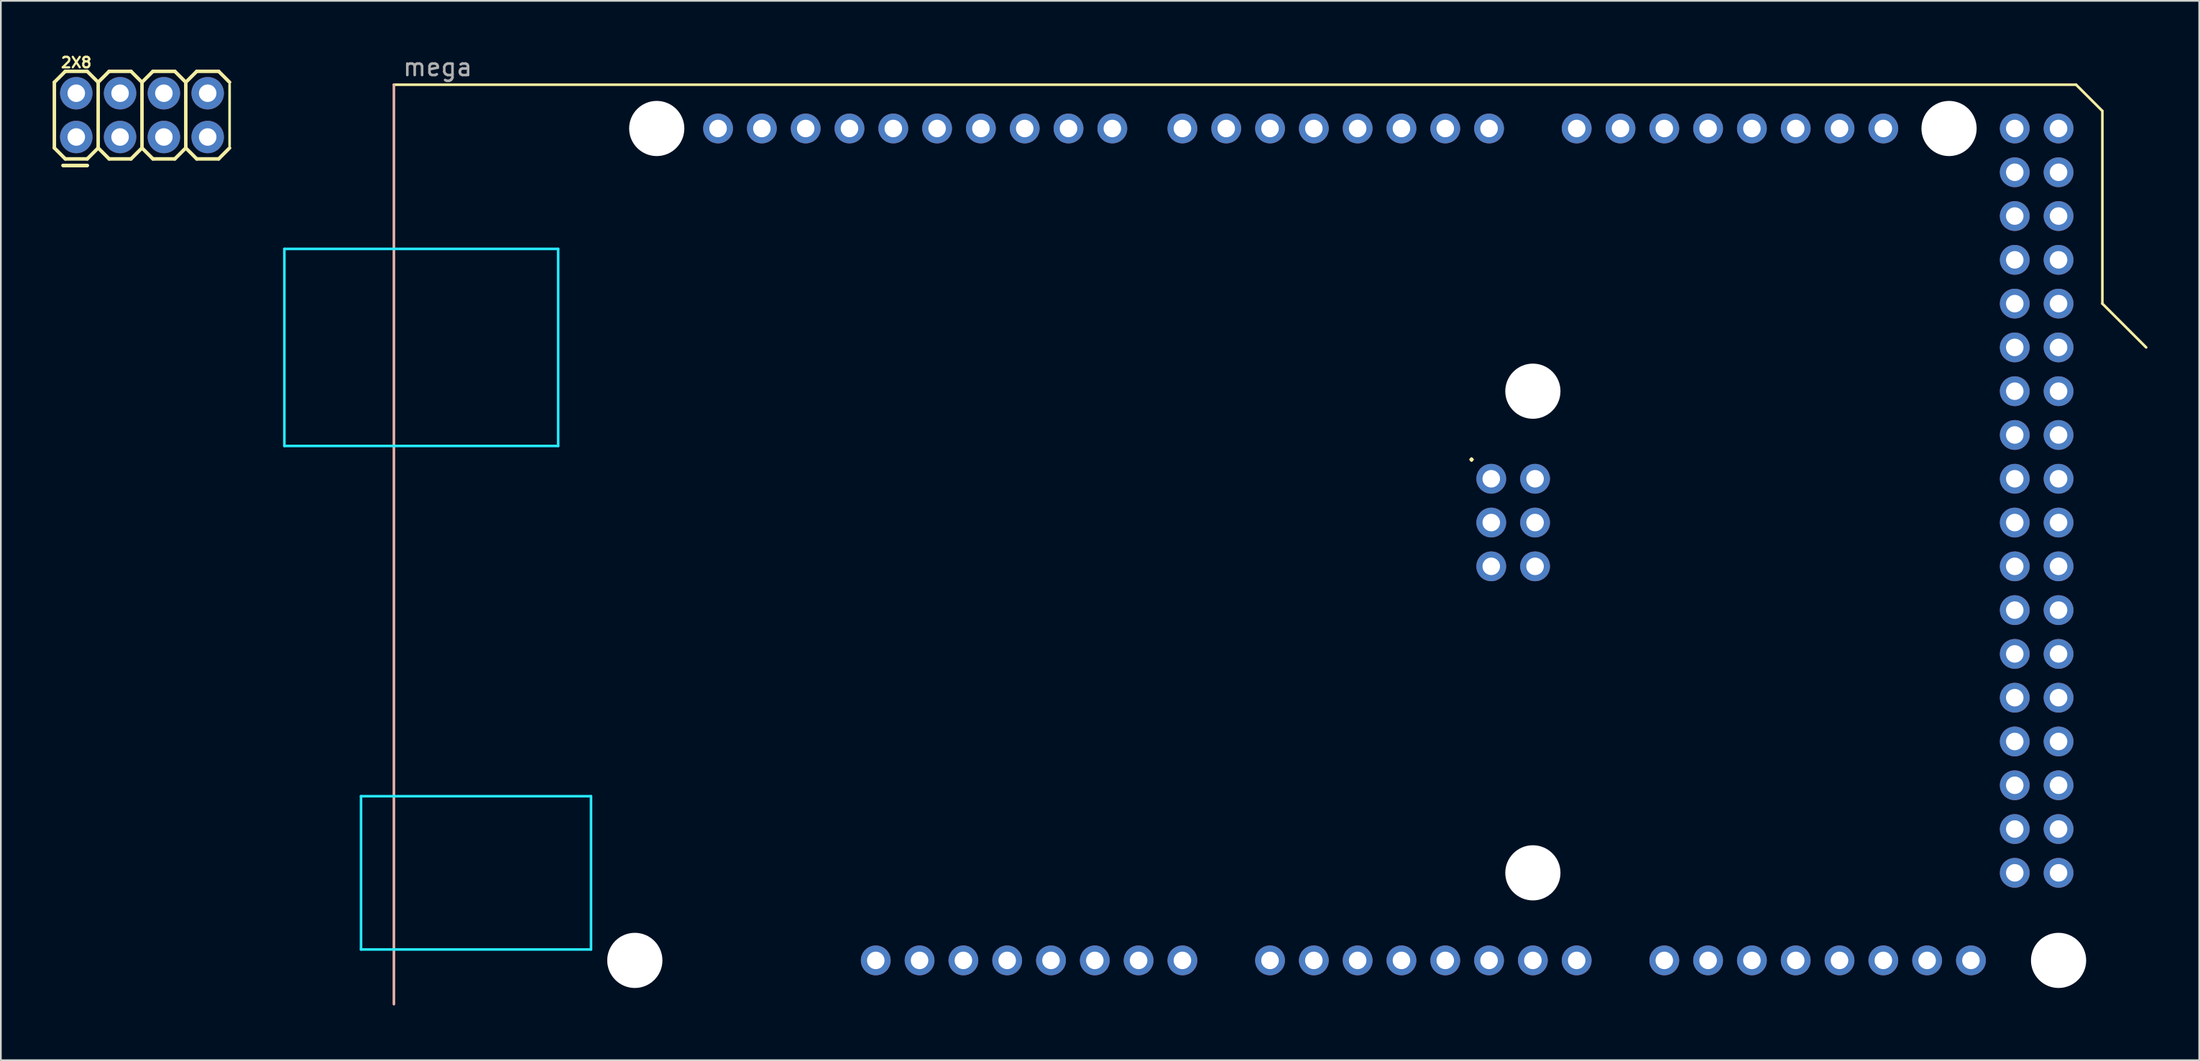
<source format=kicad_pcb>
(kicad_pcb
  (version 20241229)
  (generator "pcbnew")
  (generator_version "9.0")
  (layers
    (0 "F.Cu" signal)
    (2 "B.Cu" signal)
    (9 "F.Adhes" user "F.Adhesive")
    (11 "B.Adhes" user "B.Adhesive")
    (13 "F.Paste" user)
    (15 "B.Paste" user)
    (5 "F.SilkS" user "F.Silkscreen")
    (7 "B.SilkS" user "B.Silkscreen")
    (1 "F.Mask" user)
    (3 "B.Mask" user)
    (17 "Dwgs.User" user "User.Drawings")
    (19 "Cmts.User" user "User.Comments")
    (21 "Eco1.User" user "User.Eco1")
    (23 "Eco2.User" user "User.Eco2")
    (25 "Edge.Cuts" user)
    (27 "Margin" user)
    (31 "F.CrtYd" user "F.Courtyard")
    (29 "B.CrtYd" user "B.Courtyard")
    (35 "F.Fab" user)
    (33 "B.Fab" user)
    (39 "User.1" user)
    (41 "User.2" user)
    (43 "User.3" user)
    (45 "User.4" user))
  (footprint "2X8"
    (layer "F.Cu")
    (at 1.372 4.898)
    (property "Reference" "2X8" (at 0 -4.318 0) (layer "F.SilkS") (effects (font (size 0.61 0.61) (thickness 0.127))))
    (attr exclude_from_pos_files exclude_from_bom)
    (fp_line (start -1.27 -3.175) (end -0.635 -3.81) (stroke (width 0.203) (type solid)) (layer "F.SilkS"))
    (fp_line (start -1.27 0.635) (end -1.27 -3.175) (stroke (width 0.203) (type solid)) (layer "F.SilkS"))
    (fp_line (start -1.27 0.635) (end -0.635 1.27) (stroke (width 0.203) (type solid)) (layer "F.SilkS"))
    (fp_line (start -0.762 1.651) (end 0.635 1.651) (stroke (width 0.203) (type solid)) (layer "F.SilkS"))
    (fp_line (start -0.635 -3.81) (end 0.635 -3.81) (stroke (width 0.203) (type solid)) (layer "F.SilkS"))
    (fp_line (start -0.635 1.27) (end 0.635 1.27) (stroke (width 0.203) (type solid)) (layer "F.SilkS"))
    (fp_line (start 0.635 -3.81) (end 1.27 -3.175) (stroke (width 0.203) (type solid)) (layer "F.SilkS"))
    (fp_line (start 0.635 1.27) (end 1.27 0.635) (stroke (width 0.203) (type solid)) (layer "F.SilkS"))
    (fp_line (start 0.635 1.651) (end -0.762 1.651) (stroke (width 0.203) (type solid)) (layer "F.SilkS"))
    (fp_line (start 1.27 -3.175) (end 1.27 0.635) (stroke (width 0.203) (type solid)) (layer "F.SilkS"))
    (fp_line (start 1.27 -3.175) (end 1.905 -3.81) (stroke (width 0.203) (type solid)) (layer "F.SilkS"))
    (fp_line (start 1.27 0.635) (end 1.905 1.27) (stroke (width 0.203) (type solid)) (layer "F.SilkS"))
    (fp_line (start 1.905 -3.81) (end 3.175 -3.81) (stroke (width 0.203) (type solid)) (layer "F.SilkS"))
    (fp_line (start 1.905 1.27) (end 3.175 1.27) (stroke (width 0.203) (type solid)) (layer "F.SilkS"))
    (fp_line (start 3.175 -3.81) (end 3.81 -3.175) (stroke (width 0.203) (type solid)) (layer "F.SilkS"))
    (fp_line (start 3.175 1.27) (end 3.81 0.635) (stroke (width 0.203) (type solid)) (layer "F.SilkS"))
    (fp_line (start 3.81 -3.175) (end 3.81 0.635) (stroke (width 0.203) (type solid)) (layer "F.SilkS"))
    (fp_line (start 3.81 -3.175) (end 4.445 -3.81) (stroke (width 0.203) (type solid)) (layer "F.SilkS"))
    (fp_line (start 3.81 0.635) (end 4.445 1.27) (stroke (width 0.203) (type solid)) (layer "F.SilkS"))
    (fp_line (start 4.445 -3.81) (end 5.715 -3.81) (stroke (width 0.203) (type solid)) (layer "F.SilkS"))
    (fp_line (start 4.445 1.27) (end 5.715 1.27) (stroke (width 0.203) (type solid)) (layer "F.SilkS"))
    (fp_line (start 5.715 -3.81) (end 6.35 -3.175) (stroke (width 0.203) (type solid)) (layer "F.SilkS"))
    (fp_line (start 5.715 1.27) (end 6.35 0.635) (stroke (width 0.203) (type solid)) (layer "F.SilkS"))
    (fp_line (start 6.35 -3.175) (end 6.35 0.635) (stroke (width 0.203) (type solid)) (layer "F.SilkS"))
    (fp_line (start 6.35 -3.175) (end 6.985 -3.81) (stroke (width 0.203) (type solid)) (layer "F.SilkS"))
    (fp_line (start 6.35 0.635) (end 6.985 1.27) (stroke (width 0.203) (type solid)) (layer "F.SilkS"))
    (fp_line (start 6.985 -3.81) (end 8.255 -3.81) (stroke (width 0.203) (type solid)) (layer "F.SilkS"))
    (fp_line (start 6.985 1.27) (end 8.255 1.27) (stroke (width 0.203) (type solid)) (layer "F.SilkS"))
    (fp_line (start 8.255 -3.81) (end 8.89 -3.175) (stroke (width 0.203) (type solid)) (layer "F.SilkS"))
    (fp_line (start 8.255 1.27) (end 8.89 0.635) (stroke (width 0.203) (type solid)) (layer "F.SilkS"))
    (fp_line (start 8.89 -3.048) (end 8.89 0.508) (stroke (width 0.15) (type solid)) (layer "F.SilkS"))
    (pad "1" thru_hole circle (at 0 0) (size 1.88 1.88) (drill 1.016) (layers "*.Cu" "*.Mask"))
    (pad "2" thru_hole circle (at 0 -2.54) (size 1.88 1.88) (drill 1.016) (layers "*.Cu" "*.Mask"))
    (pad "3" thru_hole circle (at 2.54 0) (size 1.88 1.88) (drill 1.016) (layers "*.Cu" "*.Mask"))
    (pad "4" thru_hole circle (at 2.54 -2.54) (size 1.88 1.88) (drill 1.016) (layers "*.Cu" "*.Mask"))
    (pad "5" thru_hole circle (at 5.08 0) (size 1.88 1.88) (drill 1.016) (layers "*.Cu" "*.Mask"))
    (pad "6" thru_hole circle (at 5.08 -2.54) (size 1.88 1.88) (drill 1.016) (layers "*.Cu" "*.Mask"))
    (pad "7" thru_hole circle (at 7.62 0) (size 1.88 1.88) (drill 1.016) (layers "*.Cu" "*.Mask"))
    (pad "8" thru_hole circle (at 7.62 -2.54) (size 1.88 1.88) (drill 1.016) (layers "*.Cu" "*.Mask")))
  (footprint "mega"
    (layer "F.Cu")
    (at 19.788 55.204)
    (property "Reference" "mega" (at 2.54 -54.356 0) (layer "F.Fab") (effects (font (size 1 1) (thickness 0.15))))
    (attr through_hole)
    (fp_line (start 0 -53.34) (end 97.536 -53.34) (stroke (width 0.15) (type solid)) (layer "F.SilkS"))
    (fp_line (start 97.536 -53.34) (end 99.06 -51.816) (stroke (width 0.15) (type solid)) (layer "F.SilkS"))
    (fp_line (start 99.06 -40.64) (end 99.06 -51.816) (stroke (width 0.15) (type solid)) (layer "F.SilkS"))
    (fp_line (start 101.6 -38.1) (end 99.06 -40.64) (stroke (width 0.15) (type solid)) (layer "F.SilkS"))
    (fp_line (start 0 -53.34) (end 0 0) (stroke (width 0.15) (type solid)) (layer "B.SilkS"))
    (fp_line (start -6.35 -43.815) (end -6.35 -32.385) (stroke (width 0.15) (type solid)) (layer "B.CrtYd"))
    (fp_line (start -1.905 -12.065) (end -1.905 -3.175) (stroke (width 0.15) (type solid)) (layer "B.CrtYd"))
    (fp_line (start -1.905 -12.065) (end 11.43 -12.065) (stroke (width 0.15) (type solid)) (layer "B.CrtYd"))
    (fp_line (start -1.905 -3.175) (end 11.43 -3.175) (stroke (width 0.15) (type solid)) (layer "B.CrtYd"))
    (fp_line (start 9.525 -43.815) (end -6.35 -43.815) (stroke (width 0.15) (type solid)) (layer "B.CrtYd"))
    (fp_line (start 9.525 -43.815) (end 9.525 -32.385) (stroke (width 0.15) (type solid)) (layer "B.CrtYd"))
    (fp_line (start 9.525 -32.385) (end -6.35 -32.385) (stroke (width 0.15) (type solid)) (layer "B.CrtYd"))
    (fp_line (start 11.43 -12.065) (end 11.43 -3.175) (stroke (width 0.15) (type solid)) (layer "B.CrtYd"))
    (fp_text user "." (at 62.484 -32.004 0) (layer "F.SilkS") (effects (font (size 1 1) (thickness 0.15))))
    (pad "" np_thru_hole circle (at 13.97 -2.54) (size 3.2 3.2) (drill 3.2) (layers "*.Cu" "*.Mask"))
    (pad "" np_thru_hole circle (at 15.24 -50.8) (size 3.2 3.2) (drill 3.2) (layers "*.Cu" "*.Mask"))
    (pad "" thru_hole oval (at 27.94 -2.54) (size 1.727 1.727) (drill 1.016) (layers "*.Cu" "*.Mask"))
    (pad "" np_thru_hole circle (at 66.04 -35.56) (size 3.2 3.2) (drill 3.2) (layers "*.Cu" "*.Mask"))
    (pad "" np_thru_hole circle (at 66.04 -7.62) (size 3.2 3.2) (drill 3.2) (layers "*.Cu" "*.Mask"))
    (pad "" np_thru_hole circle (at 90.17 -50.8) (size 3.2 3.2) (drill 3.2) (layers "*.Cu" "*.Mask"))
    (pad "" np_thru_hole circle (at 96.52 -2.54) (size 3.2 3.2) (drill 3.2) (layers "*.Cu" "*.Mask"))
    (pad "3V3" thru_hole oval (at 35.56 -2.54) (size 1.727 1.727) (drill 1.016) (layers "*.Cu" "*.Mask"))
    (pad "5V1" thru_hole oval (at 38.1 -2.54) (size 1.727 1.727) (drill 1.016) (layers "*.Cu" "*.Mask"))
    (pad "5V2" thru_hole oval (at 66.167 -30.48) (size 1.727 1.727) (drill 1.016) (layers "*.Cu" "*.Mask"))
    (pad "5V3" thru_hole oval (at 93.98 -50.8) (size 1.727 1.727) (drill 1.016) (layers "*.Cu" "*.Mask"))
    (pad "5V4" thru_hole oval (at 96.52 -50.8) (size 1.727 1.727) (drill 1.016) (layers "*.Cu" "*.Mask"))
    (pad "A0" thru_hole oval (at 50.8 -2.54) (size 1.727 1.727) (drill 1.016) (layers "*.Cu" "*.Mask"))
    (pad "A1" thru_hole oval (at 53.34 -2.54) (size 1.727 1.727) (drill 1.016) (layers "*.Cu" "*.Mask"))
    (pad "A2" thru_hole oval (at 55.88 -2.54) (size 1.727 1.727) (drill 1.016) (layers "*.Cu" "*.Mask"))
    (pad "A3" thru_hole oval (at 58.42 -2.54) (size 1.727 1.727) (drill 1.016) (layers "*.Cu" "*.Mask"))
    (pad "A4" thru_hole oval (at 60.96 -2.54) (size 1.727 1.727) (drill 1.016) (layers "*.Cu" "*.Mask"))
    (pad "A5" thru_hole oval (at 63.5 -2.54) (size 1.727 1.727) (drill 1.016) (layers "*.Cu" "*.Mask"))
    (pad "A6" thru_hole oval (at 66.04 -2.54) (size 1.727 1.727) (drill 1.016) (layers "*.Cu" "*.Mask"))
    (pad "A7" thru_hole oval (at 68.58 -2.54) (size 1.727 1.727) (drill 1.016) (layers "*.Cu" "*.Mask"))
    (pad "A8" thru_hole oval (at 73.66 -2.54) (size 1.727 1.727) (drill 1.016) (layers "*.Cu" "*.Mask"))
    (pad "A9" thru_hole oval (at 76.2 -2.54) (size 1.727 1.727) (drill 1.016) (layers "*.Cu" "*.Mask"))
    (pad "A10" thru_hole oval (at 78.74 -2.54) (size 1.727 1.727) (drill 1.016) (layers "*.Cu" "*.Mask"))
    (pad "A11" thru_hole oval (at 81.28 -2.54) (size 1.727 1.727) (drill 1.016) (layers "*.Cu" "*.Mask"))
    (pad "A12" thru_hole oval (at 83.82 -2.54) (size 1.727 1.727) (drill 1.016) (layers "*.Cu" "*.Mask"))
    (pad "A13" thru_hole oval (at 86.36 -2.54) (size 1.727 1.727) (drill 1.016) (layers "*.Cu" "*.Mask"))
    (pad "A14" thru_hole oval (at 88.9 -2.54) (size 1.727 1.727) (drill 1.016) (layers "*.Cu" "*.Mask"))
    (pad "A15" thru_hole oval (at 91.44 -2.54) (size 1.727 1.727) (drill 1.016) (layers "*.Cu" "*.Mask"))
    (pad "AREF" thru_hole oval (at 23.876 -50.8) (size 1.727 1.727) (drill 1.016) (layers "*.Cu" "*.Mask"))
    (pad "D0" thru_hole oval (at 63.5 -50.8) (size 1.727 1.727) (drill 1.016) (layers "*.Cu" "*.Mask"))
    (pad "D1" thru_hole oval (at 60.96 -50.8) (size 1.727 1.727) (drill 1.016) (layers "*.Cu" "*.Mask"))
    (pad "D2" thru_hole oval (at 58.42 -50.8) (size 1.727 1.727) (drill 1.016) (layers "*.Cu" "*.Mask"))
    (pad "D3" thru_hole oval (at 55.88 -50.8) (size 1.727 1.727) (drill 1.016) (layers "*.Cu" "*.Mask"))
    (pad "D4" thru_hole oval (at 53.34 -50.8) (size 1.727 1.727) (drill 1.016) (layers "*.Cu" "*.Mask"))
    (pad "D5" thru_hole oval (at 50.8 -50.8) (size 1.727 1.727) (drill 1.016) (layers "*.Cu" "*.Mask"))
    (pad "D6" thru_hole oval (at 48.26 -50.8) (size 1.727 1.727) (drill 1.016) (layers "*.Cu" "*.Mask"))
    (pad "D7" thru_hole oval (at 45.72 -50.8) (size 1.727 1.727) (drill 1.016) (layers "*.Cu" "*.Mask"))
    (pad "D8" thru_hole oval (at 41.656 -50.8) (size 1.727 1.727) (drill 1.016) (layers "*.Cu" "*.Mask"))
    (pad "D9" thru_hole oval (at 39.116 -50.8) (size 1.727 1.727) (drill 1.016) (layers "*.Cu" "*.Mask"))
    (pad "D10" thru_hole oval (at 36.576 -50.8) (size 1.727 1.727) (drill 1.016) (layers "*.Cu" "*.Mask"))
    (pad "D11" thru_hole oval (at 34.036 -50.8) (size 1.727 1.727) (drill 1.016) (layers "*.Cu" "*.Mask"))
    (pad "D12" thru_hole oval (at 31.496 -50.8) (size 1.727 1.727) (drill 1.016) (layers "*.Cu" "*.Mask"))
    (pad "D13" thru_hole oval (at 28.956 -50.8) (size 1.727 1.727) (drill 1.016) (layers "*.Cu" "*.Mask"))
    (pad "D14" thru_hole oval (at 68.58 -50.8) (size 1.727 1.727) (drill 1.016) (layers "*.Cu" "*.Mask"))
    (pad "D15" thru_hole oval (at 71.12 -50.8) (size 1.727 1.727) (drill 1.016) (layers "*.Cu" "*.Mask"))
    (pad "D16" thru_hole oval (at 73.66 -50.8) (size 1.727 1.727) (drill 1.016) (layers "*.Cu" "*.Mask"))
    (pad "D17" thru_hole oval (at 76.2 -50.8) (size 1.727 1.727) (drill 1.016) (layers "*.Cu" "*.Mask"))
    (pad "D18" thru_hole oval (at 78.74 -50.8) (size 1.727 1.727) (drill 1.016) (layers "*.Cu" "*.Mask"))
    (pad "D19" thru_hole oval (at 81.28 -50.8) (size 1.727 1.727) (drill 1.016) (layers "*.Cu" "*.Mask"))
    (pad "D20" thru_hole oval (at 83.82 -50.8) (size 1.727 1.727) (drill 1.016) (layers "*.Cu" "*.Mask"))
    (pad "D21" thru_hole oval (at 86.36 -50.8) (size 1.727 1.727) (drill 1.016) (layers "*.Cu" "*.Mask"))
    (pad "D22" thru_hole oval (at 93.98 -48.26) (size 1.727 1.727) (drill 1.016) (layers "*.Cu" "*.Mask"))
    (pad "D23" thru_hole oval (at 96.52 -48.26) (size 1.727 1.727) (drill 1.016) (layers "*.Cu" "*.Mask"))
    (pad "D24" thru_hole oval (at 93.98 -45.72) (size 1.727 1.727) (drill 1.016) (layers "*.Cu" "*.Mask"))
    (pad "D25" thru_hole oval (at 96.52 -45.72) (size 1.727 1.727) (drill 1.016) (layers "*.Cu" "*.Mask"))
    (pad "D26" thru_hole oval (at 93.98 -43.18) (size 1.727 1.727) (drill 1.016) (layers "*.Cu" "*.Mask"))
    (pad "D27" thru_hole oval (at 96.52 -43.18) (size 1.727 1.727) (drill 1.016) (layers "*.Cu" "*.Mask"))
    (pad "D28" thru_hole oval (at 93.98 -40.64) (size 1.727 1.727) (drill 1.016) (layers "*.Cu" "*.Mask"))
    (pad "D29" thru_hole oval (at 96.52 -40.64) (size 1.727 1.727) (drill 1.016) (layers "*.Cu" "*.Mask"))
    (pad "D30" thru_hole oval (at 93.98 -38.1) (size 1.727 1.727) (drill 1.016) (layers "*.Cu" "*.Mask"))
    (pad "D31" thru_hole oval (at 96.52 -38.1) (size 1.727 1.727) (drill 1.016) (layers "*.Cu" "*.Mask"))
    (pad "D32" thru_hole oval (at 93.98 -35.56) (size 1.727 1.727) (drill 1.016) (layers "*.Cu" "*.Mask"))
    (pad "D33" thru_hole oval (at 96.52 -35.56) (size 1.727 1.727) (drill 1.016) (layers "*.Cu" "*.Mask"))
    (pad "D34" thru_hole oval (at 93.98 -33.02) (size 1.727 1.727) (drill 1.016) (layers "*.Cu" "*.Mask"))
    (pad "D35" thru_hole oval (at 96.52 -33.02) (size 1.727 1.727) (drill 1.016) (layers "*.Cu" "*.Mask"))
    (pad "D36" thru_hole oval (at 93.98 -30.48) (size 1.727 1.727) (drill 1.016) (layers "*.Cu" "*.Mask"))
    (pad "D37" thru_hole oval (at 96.52 -30.48) (size 1.727 1.727) (drill 1.016) (layers "*.Cu" "*.Mask"))
    (pad "D38" thru_hole oval (at 93.98 -27.94) (size 1.727 1.727) (drill 1.016) (layers "*.Cu" "*.Mask"))
    (pad "D39" thru_hole oval (at 96.52 -27.94) (size 1.727 1.727) (drill 1.016) (layers "*.Cu" "*.Mask"))
    (pad "D40" thru_hole oval (at 93.98 -25.4) (size 1.727 1.727) (drill 1.016) (layers "*.Cu" "*.Mask"))
    (pad "D41" thru_hole oval (at 96.52 -25.4) (size 1.727 1.727) (drill 1.016) (layers "*.Cu" "*.Mask"))
    (pad "D42" thru_hole oval (at 93.98 -22.86) (size 1.727 1.727) (drill 1.016) (layers "*.Cu" "*.Mask"))
    (pad "D43" thru_hole oval (at 96.52 -22.86) (size 1.727 1.727) (drill 1.016) (layers "*.Cu" "*.Mask"))
    (pad "D44" thru_hole oval (at 93.98 -20.32) (size 1.727 1.727) (drill 1.016) (layers "*.Cu" "*.Mask"))
    (pad "D45" thru_hole oval (at 96.52 -20.32) (size 1.727 1.727) (drill 1.016) (layers "*.Cu" "*.Mask"))
    (pad "D46" thru_hole oval (at 93.98 -17.78) (size 1.727 1.727) (drill 1.016) (layers "*.Cu" "*.Mask"))
    (pad "D47" thru_hole oval (at 96.52 -17.78) (size 1.727 1.727) (drill 1.016) (layers "*.Cu" "*.Mask"))
    (pad "D48" thru_hole oval (at 93.98 -15.24) (size 1.727 1.727) (drill 1.016) (layers "*.Cu" "*.Mask"))
    (pad "D49" thru_hole oval (at 96.52 -15.24) (size 1.727 1.727) (drill 1.016) (layers "*.Cu" "*.Mask"))
    (pad "D50" thru_hole oval (at 93.98 -12.7) (size 1.727 1.727) (drill 1.016) (layers "*.Cu" "*.Mask"))
    (pad "D51" thru_hole oval (at 96.52 -12.7) (size 1.727 1.727) (drill 1.016) (layers "*.Cu" "*.Mask"))
    (pad "D52" thru_hole oval (at 93.98 -10.16) (size 1.727 1.727) (drill 1.016) (layers "*.Cu" "*.Mask"))
    (pad "D53" thru_hole oval (at 96.52 -10.16) (size 1.727 1.727) (drill 1.016) (layers "*.Cu" "*.Mask"))
    (pad "GND1" thru_hole oval (at 26.416 -50.8) (size 1.727 1.727) (drill 1.016) (layers "*.Cu" "*.Mask"))
    (pad "GND2" thru_hole oval (at 40.64 -2.54) (size 1.727 1.727) (drill 1.016) (layers "*.Cu" "*.Mask"))
    (pad "GND3" thru_hole oval (at 43.18 -2.54) (size 1.727 1.727) (drill 1.016) (layers "*.Cu" "*.Mask"))
    (pad "GND4" thru_hole oval (at 66.167 -25.4) (size 1.727 1.727) (drill 1.016) (layers "*.Cu" "*.Mask"))
    (pad "GND5" thru_hole oval (at 93.98 -7.62) (size 1.727 1.727) (drill 1.016) (layers "*.Cu" "*.Mask"))
    (pad "GND6" thru_hole oval (at 96.52 -7.62) (size 1.727 1.727) (drill 1.016) (layers "*.Cu" "*.Mask"))
    (pad "IORF" thru_hole oval (at 30.48 -2.54) (size 1.727 1.727) (drill 1.016) (layers "*.Cu" "*.Mask"))
    (pad "MISO" thru_hole oval (at 63.627 -30.48) (size 1.727 1.727) (drill 1.016) (layers "*.Cu" "*.Mask"))
    (pad "MOSI" thru_hole oval (at 66.167 -27.94) (size 1.727 1.727) (drill 1.016) (layers "*.Cu" "*.Mask"))
    (pad "RST1" thru_hole oval (at 33.02 -2.54) (size 1.727 1.727) (drill 1.016) (layers "*.Cu" "*.Mask"))
    (pad "RST2" thru_hole oval (at 63.627 -25.4) (size 1.727 1.727) (drill 1.016) (layers "*.Cu" "*.Mask"))
    (pad "SCK" thru_hole oval (at 63.627 -27.94) (size 1.727 1.727) (drill 1.016) (layers "*.Cu" "*.Mask"))
    (pad "SCL" thru_hole oval (at 18.796 -50.8) (size 1.727 1.727) (drill 1.016) (layers "*.Cu" "*.Mask"))
    (pad "SDA" thru_hole oval (at 21.336 -50.8) (size 1.727 1.727) (drill 1.016) (layers "*.Cu" "*.Mask"))
    (pad "VIN" thru_hole oval (at 45.72 -2.54) (size 1.727 1.727) (drill 1.016) (layers "*.Cu" "*.Mask")))
  (gr_rect
    (start -3 -3)
    (end 124.463 58.454)
    (stroke (width 0.1) (type default))
    (fill no)
    (layer "Edge.Cuts")))
</source>
